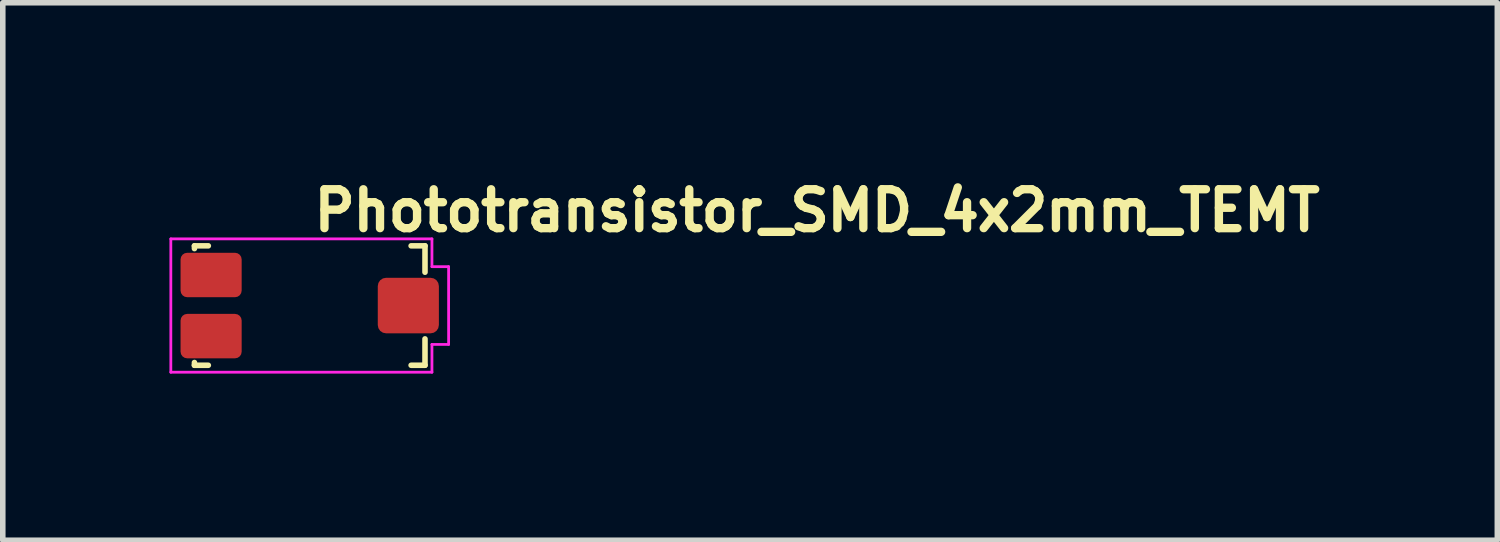
<source format=kicad_pcb>
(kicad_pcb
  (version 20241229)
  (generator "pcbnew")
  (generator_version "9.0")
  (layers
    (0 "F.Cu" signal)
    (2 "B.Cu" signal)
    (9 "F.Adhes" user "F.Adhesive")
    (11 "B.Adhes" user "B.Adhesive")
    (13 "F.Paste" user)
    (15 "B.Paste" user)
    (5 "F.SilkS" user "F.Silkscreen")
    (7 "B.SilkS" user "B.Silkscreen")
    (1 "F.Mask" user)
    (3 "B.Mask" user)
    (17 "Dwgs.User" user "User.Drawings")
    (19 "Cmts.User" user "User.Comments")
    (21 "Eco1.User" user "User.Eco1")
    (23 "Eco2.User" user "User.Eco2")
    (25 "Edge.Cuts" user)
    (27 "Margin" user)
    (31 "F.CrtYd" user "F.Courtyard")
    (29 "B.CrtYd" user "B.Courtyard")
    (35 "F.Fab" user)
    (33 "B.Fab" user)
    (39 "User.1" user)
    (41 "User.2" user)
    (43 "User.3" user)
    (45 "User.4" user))
  (footprint "Phototransistor_SMD_4x2mm_TEMT"
    (layer "F.Cu")
    (at 2.525 2.45)
    (property "Reference" "Phototransistor_SMD_4x2mm_TEMT" (at 0 -1.3 0) (layer "F.SilkS") (effects (font (size 0.7 0.7) (thickness 0.15)) (justify left bottom)))
    (attr smd)
    (fp_line (start -2.075 -1.075) (end -2.075 -1.025) (stroke (width 0.1) (type default)) (layer "F.SilkS"))
    (fp_line (start -2.075 1.025) (end -2.075 1.075) (stroke (width 0.1) (type default)) (layer "F.SilkS"))
    (fp_line (start -2.075 1.075) (end -1.825 1.075) (stroke (width 0.1) (type default)) (layer "F.SilkS"))
    (fp_line (start -1.825 -1.075) (end -2.075 -1.075) (stroke (width 0.1) (type default)) (layer "F.SilkS"))
    (fp_line (start 2.075 -1.075) (end 1.825 -1.075) (stroke (width 0.1) (type default)) (layer "F.SilkS"))
    (fp_line (start 2.075 -1.075) (end 2.075 -0.6) (stroke (width 0.1) (type default)) (layer "F.SilkS"))
    (fp_line (start 2.075 0.6) (end 2.075 1.075) (stroke (width 0.1) (type default)) (layer "F.SilkS"))
    (fp_line (start 2.075 1.075) (end 1.825 1.075) (stroke (width 0.1) (type default)) (layer "F.SilkS"))
    (fp_line (start -2.5 -1.2) (end 2.2 -1.2) (stroke (width 0.05) (type default)) (layer "F.CrtYd"))
    (fp_line (start -2.5 1.2) (end -2.5 -1.2) (stroke (width 0.05) (type default)) (layer "F.CrtYd"))
    (fp_line (start 2.2 -1.2) (end 2.2 -0.7) (stroke (width 0.05) (type default)) (layer "F.CrtYd"))
    (fp_line (start 2.2 -0.7) (end 2.5 -0.7) (stroke (width 0.05) (type default)) (layer "F.CrtYd"))
    (fp_line (start 2.2 0.7) (end 2.2 1.2) (stroke (width 0.05) (type default)) (layer "F.CrtYd"))
    (fp_line (start 2.2 1.2) (end -2.5 1.2) (stroke (width 0.05) (type default)) (layer "F.CrtYd"))
    (fp_line (start 2.5 -0.7) (end 2.5 0.7) (stroke (width 0.05) (type default)) (layer "F.CrtYd"))
    (fp_line (start 2.5 0.7) (end 2.2 0.7) (stroke (width 0.05) (type default)) (layer "F.CrtYd"))
    (fp_line (start -2 -1) (end -2 1) (stroke (width 0.01) (type solid)) (layer "User.9"))
    (fp_line (start -2 1) (end -1.28 1) (stroke (width 0.01) (type solid)) (layer "User.9"))
    (fp_line (start -1.28 -1) (end -2 -1) (stroke (width 0.01) (type solid)) (layer "User.9"))
    (fp_line (start -1.28 1) (end -1.28 -1) (stroke (width 0.01) (type solid)) (layer "User.9"))
    (fp_line (start -1.2 -1) (end -1.28 -1) (stroke (width 0.01) (type solid)) (layer "User.9"))
    (fp_line (start -1.2 1) (end -1.28 1) (stroke (width 0.01) (type solid)) (layer "User.9"))
    (fp_line (start -1.2 1) (end -1.28 1) (stroke (width 0.01) (type default)) (layer "User.9"))
    (fp_line (start -1.2 1) (end -1.2 -1) (stroke (width 0.01) (type solid)) (layer "User.9"))
    (fp_line (start 1.2 -1) (end -1.2 -1) (stroke (width 0.01) (type solid)) (layer "User.9"))
    (fp_line (start 1.2 -1) (end 1.28 -1) (stroke (width 0.01) (type default)) (layer "User.9"))
    (fp_line (start 1.2 1) (end 1.2 -1) (stroke (width 0.01) (type solid)) (layer "User.9"))
    (fp_line (start 1.28 -1) (end 1.2 -1) (stroke (width 0.01) (type solid)) (layer "User.9"))
    (fp_line (start 1.28 -1) (end 1.28 1) (stroke (width 0.01) (type solid)) (layer "User.9"))
    (fp_line (start 1.28 1) (end -1.2 1) (stroke (width 0.01) (type solid)) (layer "User.9"))
    (fp_line (start 1.28 1) (end 1.2 1) (stroke (width 0.01) (type solid)) (layer "User.9"))
    (fp_line (start 1.28 1) (end 2 1) (stroke (width 0.01) (type solid)) (layer "User.9"))
    (fp_line (start 2 -1) (end 1.28 -1) (stroke (width 0.01) (type solid)) (layer "User.9"))
    (fp_line (start 2 1) (end 2 -1) (stroke (width 0.01) (type solid)) (layer "User.9"))
    (pad "1" smd roundrect (at -1.775 -0.55) (size 1.1 0.8) (layers "F.Cu" "F.Mask" "F.Paste") (roundrect_rratio 0.15))
    (pad "2" smd roundrect (at -1.775 0.55) (size 1.1 0.8) (layers "F.Cu" "F.Mask" "F.Paste") (roundrect_rratio 0.15))
    (pad "3" smd roundrect (at 1.775 0) (size 1.1 1) (layers "F.Cu" "F.Mask" "F.Paste") (roundrect_rratio 0.15)))
  (gr_rect
    (start -3 -3)
    (end 23.902 6.675)
    (stroke (width 0.1) (type default))
    (fill no)
    (layer "Edge.Cuts")))
</source>
